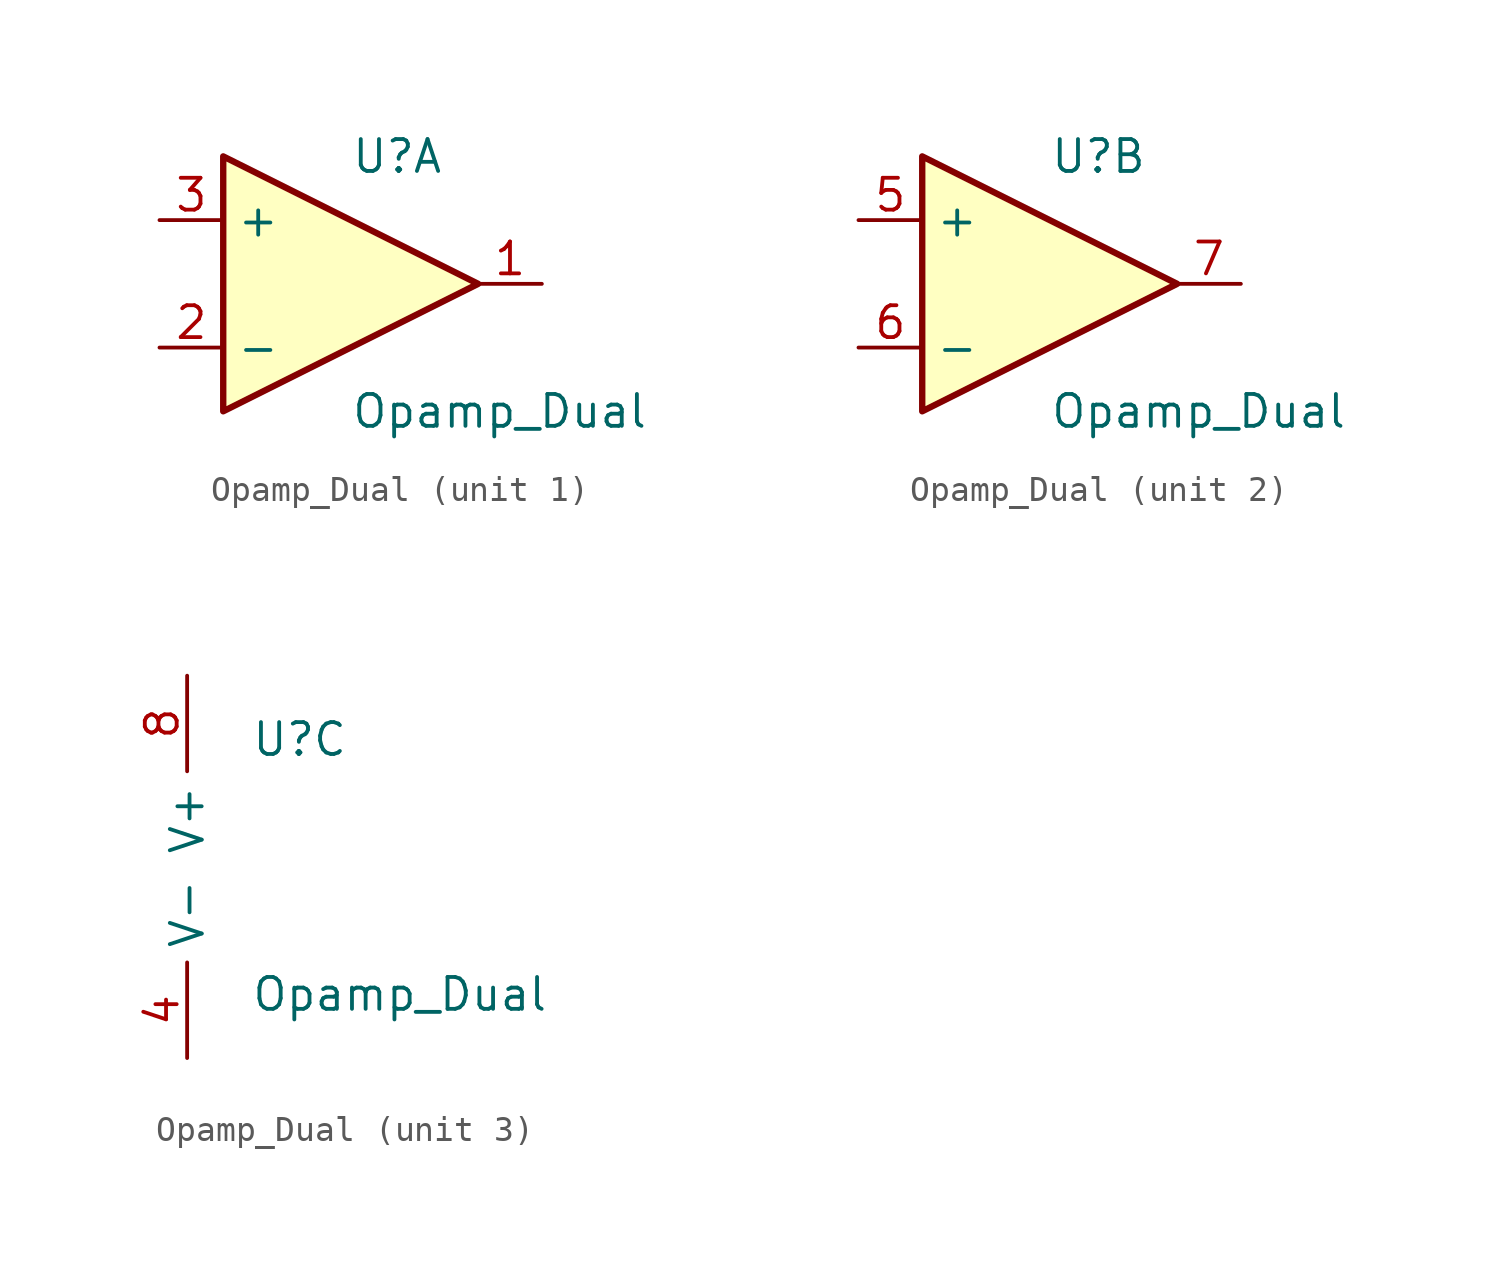
<source format=kicad_sym>
(kicad_symbol_lib
  (version 20211014)
  (generator kicad_symbol_editor)
  (symbol "Opamp_Dual"
    (property "Reference" "U"
      (at 0 5.08 0)
      (effects (font (size 1.27 1.27)) (justify left)))
    (property "Value" "Opamp_Dual"
      (at 0 -5.08 0)
      (effects (font (size 1.27 1.27)) (justify left)))
    (property "ki_locked" ""
      (at 0 0 0)
      (effects (font (size 1.27 1.27))))
    (symbol "Opamp_Dual_0_0"
      (text "" (at -1.016 -1.27 0) (effects (font (size 1.27 1.27)))))
    (symbol "Opamp_Dual_1_1"
      (polyline (pts (xy -5.08 5.08) (xy 5.08 0) (xy -5.08 -5.08) (xy -5.08 5.08)) (stroke (width 0.254) (type default) (color 0 0 0 0)) (fill (type background)))
      (pin output line (at 7.62 0 180) (length 2.54) (name "~" (effects (font (size 1.27 1.27)))) (number "1" (effects (font (size 1.27 1.27)))))
      (pin input line (at -7.62 -2.54 0) (length 2.54) (name "-" (effects (font (size 1.27 1.27)))) (number "2" (effects (font (size 1.27 1.27)))))
      (pin input line (at -7.62 2.54 0) (length 2.54) (name "+" (effects (font (size 1.27 1.27)))) (number "3" (effects (font (size 1.27 1.27))))))
    (symbol "Opamp_Dual_2_1"
      (polyline (pts (xy -5.08 5.08) (xy 5.08 0) (xy -5.08 -5.08) (xy -5.08 5.08)) (stroke (width 0.254) (type default) (color 0 0 0 0)) (fill (type background)))
      (pin input line (at -7.62 2.54 0) (length 2.54) (name "+" (effects (font (size 1.27 1.27)))) (number "5" (effects (font (size 1.27 1.27)))))
      (pin input line (at -7.62 -2.54 0) (length 2.54) (name "-" (effects (font (size 1.27 1.27)))) (number "6" (effects (font (size 1.27 1.27)))))
      (pin output line (at 7.62 0 180) (length 2.54) (name "~" (effects (font (size 1.27 1.27)))) (number "7" (effects (font (size 1.27 1.27))))))
    (symbol "Opamp_Dual_3_1"
      (pin power_in line (at -2.54 -7.62 90) (length 3.81) (name "V-" (effects (font (size 1.27 1.27)))) (number "4" (effects (font (size 1.27 1.27)))))
      (pin power_in line (at -2.54 7.62 270) (length 3.81) (name "V+" (effects (font (size 1.27 1.27)))) (number "8" (effects (font (size 1.27 1.27))))))))
</source>
